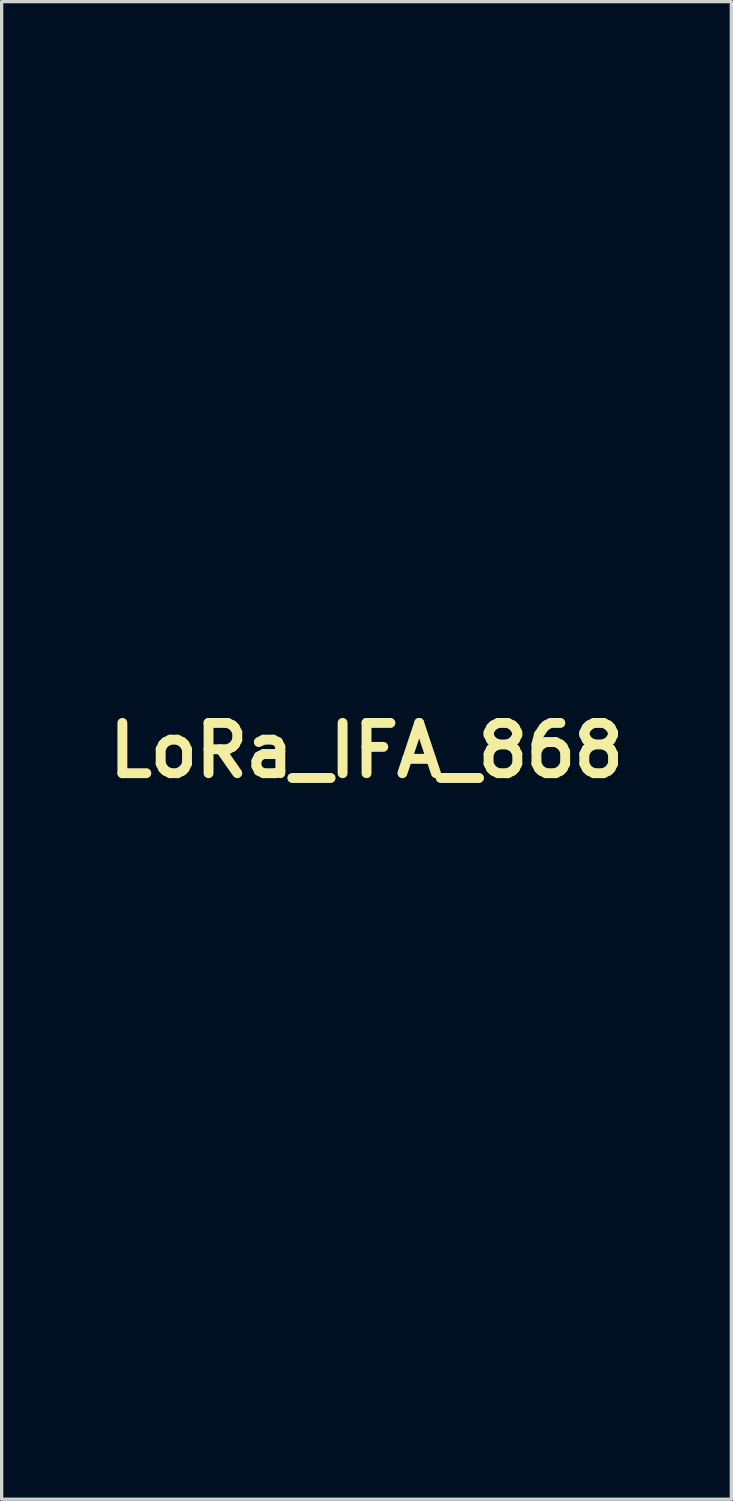
<source format=kicad_pcb>
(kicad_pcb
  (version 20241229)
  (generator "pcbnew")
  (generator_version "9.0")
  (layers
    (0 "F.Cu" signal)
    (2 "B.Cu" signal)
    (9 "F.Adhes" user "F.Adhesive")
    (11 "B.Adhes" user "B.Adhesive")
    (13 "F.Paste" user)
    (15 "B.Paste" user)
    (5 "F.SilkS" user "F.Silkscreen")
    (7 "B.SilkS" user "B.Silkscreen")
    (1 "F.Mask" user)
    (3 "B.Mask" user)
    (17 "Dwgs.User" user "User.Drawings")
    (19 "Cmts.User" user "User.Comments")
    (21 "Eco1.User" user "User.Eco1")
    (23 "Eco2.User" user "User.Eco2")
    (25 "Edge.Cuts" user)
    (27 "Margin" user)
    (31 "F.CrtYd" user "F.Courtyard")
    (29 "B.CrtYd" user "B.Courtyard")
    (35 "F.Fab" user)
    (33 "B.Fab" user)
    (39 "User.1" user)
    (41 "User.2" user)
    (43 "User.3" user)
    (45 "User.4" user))
  (footprint "LoRa_IFA_868"
    (layer "F.Cu")
    (at 8.063 19.704)
    (property "Reference" "LoRa_IFA_868" (at 0 0 0) (layer "F.SilkS") (effects (font (size 1.524 1.524) (thickness 0.3))))
    (attr through_hole)
    (fp_poly (pts (xy 7.483 -11.504) (xy 6.719 -11.504) (xy 6.719 -19.699) (xy 7.483 -19.699) (xy 7.483 -11.504)) (stroke (width 0.01) (type solid)) (fill yes) (layer "F.Mask"))
    (fp_poly (pts (xy 6.21 -9.315) (xy -3.716 -9.315) (xy -3.716 -4.327) (xy 6.21 -4.327) (xy 6.21 2.291) (xy -3.716 2.291) (xy -3.716 7.33) (xy 6.21 7.33) (xy 6.21 13.896) (xy 1.26 13.909) (xy -3.69 13.922) (xy -3.717 18.935) (xy 6.719 18.935) (xy 6.719 -10.74) (xy 7.483 -10.74) (xy 7.483 19.699) (xy -4.53 19.699) (xy -4.53 13.133) (xy 5.396 13.133) (xy 5.396 8.093) (xy -4.53 8.093) (xy -4.53 1.527) (xy 5.396 1.527) (xy 5.396 -3.512) (xy -4.531 -3.512) (xy -4.518 -6.808) (xy -4.505 -10.104) (xy 0.445 -10.117) (xy 5.396 -10.13) (xy 5.396 -15.118) (xy -7.024 -15.118) (xy -7.024 -15.932) (xy 5.396 -15.932) (xy 5.396 -18.935) (xy -7.483 -18.935) (xy -7.483 -19.699) (xy 6.21 -19.699) (xy 6.21 -9.315)) (stroke (width 0.01) (type solid)) (fill yes) (layer "F.Mask")))
  (gr_rect
    (start -3 -3)
    (end 19.125 42.408)
    (stroke (width 0.1) (type default))
    (fill no)
    (layer "Edge.Cuts")))
</source>
